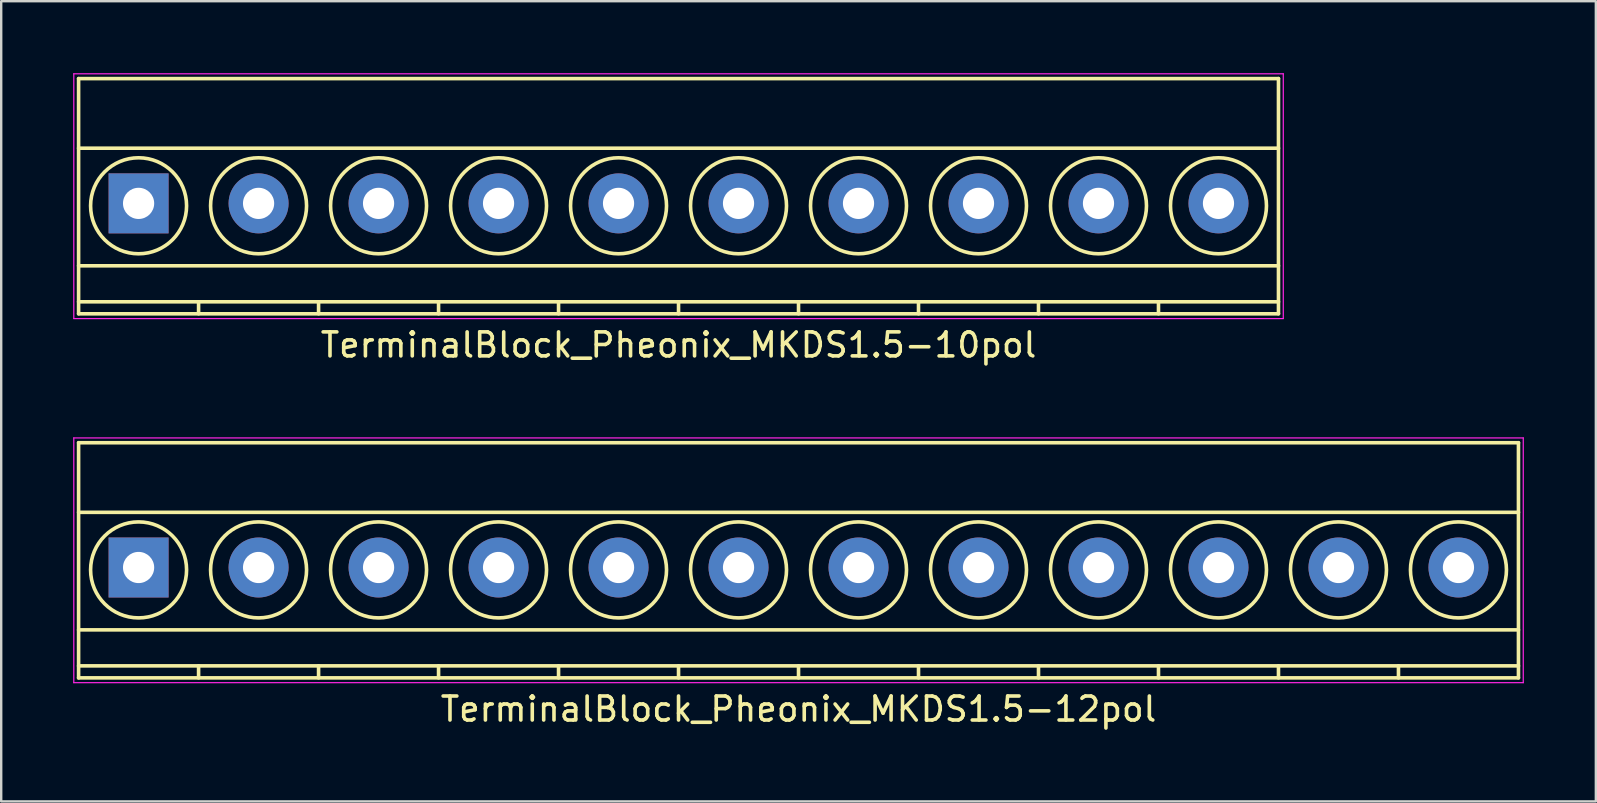
<source format=kicad_pcb>
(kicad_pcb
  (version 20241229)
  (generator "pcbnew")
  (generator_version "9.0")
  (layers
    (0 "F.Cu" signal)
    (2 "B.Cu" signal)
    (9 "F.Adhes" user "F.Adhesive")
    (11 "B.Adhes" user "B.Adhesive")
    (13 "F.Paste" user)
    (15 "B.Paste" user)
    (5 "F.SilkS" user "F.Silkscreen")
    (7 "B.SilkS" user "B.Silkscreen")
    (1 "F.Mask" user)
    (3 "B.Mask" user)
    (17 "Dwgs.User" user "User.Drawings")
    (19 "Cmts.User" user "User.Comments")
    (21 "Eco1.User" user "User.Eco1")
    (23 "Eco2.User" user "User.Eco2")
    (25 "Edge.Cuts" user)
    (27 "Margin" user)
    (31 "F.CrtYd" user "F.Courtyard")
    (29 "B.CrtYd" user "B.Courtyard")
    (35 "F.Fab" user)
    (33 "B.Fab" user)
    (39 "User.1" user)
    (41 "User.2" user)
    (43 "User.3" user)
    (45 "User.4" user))
  (footprint "TerminalBlock_Pheonix_MKDS1.5-12pol"
    (layer "F.Cu")
    (at 2.725 20.598)
    (property "Reference" "TerminalBlock_Pheonix_MKDS1.5-12pol" (at 27.5 5.9 0) (layer "F.SilkS") (effects (font (size 1 1) (thickness 0.15))))
    (attr through_hole)
    (fp_line (start -2.5 -5.2) (end -2.5 4.6) (stroke (width 0.15) (type solid)) (layer "F.SilkS"))
    (fp_line (start -2.5 -2.3) (end 57.5 -2.3) (stroke (width 0.15) (type solid)) (layer "F.SilkS"))
    (fp_line (start -2.5 2.6) (end 57.5 2.6) (stroke (width 0.15) (type solid)) (layer "F.SilkS"))
    (fp_line (start -2.5 4.1) (end 57.5 4.1) (stroke (width 0.15) (type solid)) (layer "F.SilkS"))
    (fp_line (start -2.5 4.6) (end 57.5 4.6) (stroke (width 0.15) (type solid)) (layer "F.SilkS"))
    (fp_line (start 2.5 4.1) (end 2.5 4.6) (stroke (width 0.15) (type solid)) (layer "F.SilkS"))
    (fp_line (start 7.5 4.1) (end 7.5 4.6) (stroke (width 0.15) (type solid)) (layer "F.SilkS"))
    (fp_line (start 12.5 4.1) (end 12.5 4.6) (stroke (width 0.15) (type solid)) (layer "F.SilkS"))
    (fp_line (start 17.5 4.1) (end 17.5 4.6) (stroke (width 0.15) (type solid)) (layer "F.SilkS"))
    (fp_line (start 22.5 4.1) (end 22.5 4.6) (stroke (width 0.15) (type solid)) (layer "F.SilkS"))
    (fp_line (start 27.5 4.1) (end 27.5 4.6) (stroke (width 0.15) (type solid)) (layer "F.SilkS"))
    (fp_line (start 32.5 4.1) (end 32.5 4.6) (stroke (width 0.15) (type solid)) (layer "F.SilkS"))
    (fp_line (start 37.5 4.1) (end 37.5 4.6) (stroke (width 0.15) (type solid)) (layer "F.SilkS"))
    (fp_line (start 42.5 4.1) (end 42.5 4.6) (stroke (width 0.15) (type solid)) (layer "F.SilkS"))
    (fp_line (start 47.5 4.1) (end 47.5 4.6) (stroke (width 0.15) (type solid)) (layer "F.SilkS"))
    (fp_line (start 52.5 4.1) (end 52.5 4.6) (stroke (width 0.15) (type solid)) (layer "F.SilkS"))
    (fp_line (start 57.5 -5.2) (end -2.5 -5.2) (stroke (width 0.15) (type solid)) (layer "F.SilkS"))
    (fp_line (start 57.5 4.6) (end 57.5 -5.2) (stroke (width 0.15) (type solid)) (layer "F.SilkS"))
    (fp_circle (center 0 0.1) (end 2 0.1) (stroke (width 0.15) (type solid)) (fill no) (layer "F.SilkS"))
    (fp_circle (center 5 0.1) (end 3 0.1) (stroke (width 0.15) (type solid)) (fill no) (layer "F.SilkS"))
    (fp_circle (center 10 0.1) (end 8 0.1) (stroke (width 0.15) (type solid)) (fill no) (layer "F.SilkS"))
    (fp_circle (center 15 0.1) (end 13 0.1) (stroke (width 0.15) (type solid)) (fill no) (layer "F.SilkS"))
    (fp_circle (center 20 0.1) (end 18 0.1) (stroke (width 0.15) (type solid)) (fill no) (layer "F.SilkS"))
    (fp_circle (center 25 0.1) (end 23 0.1) (stroke (width 0.15) (type solid)) (fill no) (layer "F.SilkS"))
    (fp_circle (center 30 0.1) (end 28 0.1) (stroke (width 0.15) (type solid)) (fill no) (layer "F.SilkS"))
    (fp_circle (center 35 0.1) (end 33 0.1) (stroke (width 0.15) (type solid)) (fill no) (layer "F.SilkS"))
    (fp_circle (center 40 0.1) (end 38 0.1) (stroke (width 0.15) (type solid)) (fill no) (layer "F.SilkS"))
    (fp_circle (center 45 0.1) (end 43 0.1) (stroke (width 0.15) (type solid)) (fill no) (layer "F.SilkS"))
    (fp_circle (center 50 0.1) (end 48 0.1) (stroke (width 0.15) (type solid)) (fill no) (layer "F.SilkS"))
    (fp_circle (center 55 0.1) (end 53 0.1) (stroke (width 0.15) (type solid)) (fill no) (layer "F.SilkS"))
    (fp_line (start -2.7 -5.4) (end 57.7 -5.4) (stroke (width 0.05) (type solid)) (layer "F.CrtYd"))
    (fp_line (start -2.7 4.8) (end -2.7 -5.4) (stroke (width 0.05) (type solid)) (layer "F.CrtYd"))
    (fp_line (start 57.7 -5.4) (end 57.7 4.8) (stroke (width 0.05) (type solid)) (layer "F.CrtYd"))
    (fp_line (start 57.7 4.8) (end -2.7 4.8) (stroke (width 0.05) (type solid)) (layer "F.CrtYd"))
    (pad "1" thru_hole rect (at 0 0) (size 2.5 2.5) (drill 1.3) (layers "*.Cu" "*.Mask"))
    (pad "2" thru_hole circle (at 5 0) (size 2.5 2.5) (drill 1.3) (layers "*.Cu" "*.Mask"))
    (pad "3" thru_hole circle (at 10 0) (size 2.5 2.5) (drill 1.3) (layers "*.Cu" "*.Mask"))
    (pad "4" thru_hole circle (at 15 0) (size 2.5 2.5) (drill 1.3) (layers "*.Cu" "*.Mask"))
    (pad "5" thru_hole circle (at 20 0) (size 2.5 2.5) (drill 1.3) (layers "*.Cu" "*.Mask"))
    (pad "6" thru_hole circle (at 25 0) (size 2.5 2.5) (drill 1.3) (layers "*.Cu" "*.Mask"))
    (pad "7" thru_hole circle (at 30 0) (size 2.5 2.5) (drill 1.3) (layers "*.Cu" "*.Mask"))
    (pad "8" thru_hole circle (at 35 0) (size 2.5 2.5) (drill 1.3) (layers "*.Cu" "*.Mask"))
    (pad "9" thru_hole circle (at 40 0) (size 2.5 2.5) (drill 1.3) (layers "*.Cu" "*.Mask"))
    (pad "10" thru_hole circle (at 45 0) (size 2.5 2.5) (drill 1.3) (layers "*.Cu" "*.Mask"))
    (pad "11" thru_hole circle (at 50 0) (size 2.5 2.5) (drill 1.3) (layers "*.Cu" "*.Mask"))
    (pad "12" thru_hole circle (at 55 0) (size 2.5 2.5) (drill 1.3) (layers "*.Cu" "*.Mask")))
  (footprint "TerminalBlock_Pheonix_MKDS1.5-10pol"
    (layer "F.Cu")
    (at 2.725 5.425)
    (property "Reference" "TerminalBlock_Pheonix_MKDS1.5-10pol" (at 22.5 5.9 0) (layer "F.SilkS") (effects (font (size 1 1) (thickness 0.15))))
    (attr through_hole)
    (fp_line (start -2.5 -5.2) (end -2.5 4.6) (stroke (width 0.15) (type solid)) (layer "F.SilkS"))
    (fp_line (start -2.5 -2.3) (end 47.5 -2.3) (stroke (width 0.15) (type solid)) (layer "F.SilkS"))
    (fp_line (start -2.5 2.6) (end 47.5 2.6) (stroke (width 0.15) (type solid)) (layer "F.SilkS"))
    (fp_line (start -2.5 4.1) (end 47.5 4.1) (stroke (width 0.15) (type solid)) (layer "F.SilkS"))
    (fp_line (start -2.5 4.6) (end 47.5 4.6) (stroke (width 0.15) (type solid)) (layer "F.SilkS"))
    (fp_line (start 2.5 4.1) (end 2.5 4.6) (stroke (width 0.15) (type solid)) (layer "F.SilkS"))
    (fp_line (start 7.5 4.1) (end 7.5 4.6) (stroke (width 0.15) (type solid)) (layer "F.SilkS"))
    (fp_line (start 12.5 4.1) (end 12.5 4.6) (stroke (width 0.15) (type solid)) (layer "F.SilkS"))
    (fp_line (start 17.5 4.1) (end 17.5 4.6) (stroke (width 0.15) (type solid)) (layer "F.SilkS"))
    (fp_line (start 22.5 4.1) (end 22.5 4.6) (stroke (width 0.15) (type solid)) (layer "F.SilkS"))
    (fp_line (start 27.5 4.1) (end 27.5 4.6) (stroke (width 0.15) (type solid)) (layer "F.SilkS"))
    (fp_line (start 32.5 4.1) (end 32.5 4.6) (stroke (width 0.15) (type solid)) (layer "F.SilkS"))
    (fp_line (start 37.5 4.1) (end 37.5 4.6) (stroke (width 0.15) (type solid)) (layer "F.SilkS"))
    (fp_line (start 42.5 4.1) (end 42.5 4.6) (stroke (width 0.15) (type solid)) (layer "F.SilkS"))
    (fp_line (start 47.5 -5.2) (end -2.5 -5.2) (stroke (width 0.15) (type solid)) (layer "F.SilkS"))
    (fp_line (start 47.5 4.6) (end 47.5 -5.2) (stroke (width 0.15) (type solid)) (layer "F.SilkS"))
    (fp_circle (center 0 0.1) (end 2 0.1) (stroke (width 0.15) (type solid)) (fill no) (layer "F.SilkS"))
    (fp_circle (center 5 0.1) (end 3 0.1) (stroke (width 0.15) (type solid)) (fill no) (layer "F.SilkS"))
    (fp_circle (center 10 0.1) (end 8 0.1) (stroke (width 0.15) (type solid)) (fill no) (layer "F.SilkS"))
    (fp_circle (center 15 0.1) (end 13 0.1) (stroke (width 0.15) (type solid)) (fill no) (layer "F.SilkS"))
    (fp_circle (center 20 0.1) (end 18 0.1) (stroke (width 0.15) (type solid)) (fill no) (layer "F.SilkS"))
    (fp_circle (center 25 0.1) (end 23 0.1) (stroke (width 0.15) (type solid)) (fill no) (layer "F.SilkS"))
    (fp_circle (center 30 0.1) (end 28 0.1) (stroke (width 0.15) (type solid)) (fill no) (layer "F.SilkS"))
    (fp_circle (center 35 0.1) (end 33 0.1) (stroke (width 0.15) (type solid)) (fill no) (layer "F.SilkS"))
    (fp_circle (center 40 0.1) (end 38 0.1) (stroke (width 0.15) (type solid)) (fill no) (layer "F.SilkS"))
    (fp_circle (center 45 0.1) (end 43 0.1) (stroke (width 0.15) (type solid)) (fill no) (layer "F.SilkS"))
    (fp_line (start -2.7 -5.4) (end -2.7 4.8) (stroke (width 0.05) (type solid)) (layer "F.CrtYd"))
    (fp_line (start -2.7 4.8) (end 47.7 4.8) (stroke (width 0.05) (type solid)) (layer "F.CrtYd"))
    (fp_line (start 47.7 -5.4) (end -2.7 -5.4) (stroke (width 0.05) (type solid)) (layer "F.CrtYd"))
    (fp_line (start 47.7 4.8) (end 47.7 -5.4) (stroke (width 0.05) (type solid)) (layer "F.CrtYd"))
    (pad "1" thru_hole rect (at 0 0) (size 2.5 2.5) (drill 1.3) (layers "*.Cu" "*.Mask"))
    (pad "2" thru_hole circle (at 5 0) (size 2.5 2.5) (drill 1.3) (layers "*.Cu" "*.Mask"))
    (pad "3" thru_hole circle (at 10 0) (size 2.5 2.5) (drill 1.3) (layers "*.Cu" "*.Mask"))
    (pad "4" thru_hole circle (at 15 0) (size 2.5 2.5) (drill 1.3) (layers "*.Cu" "*.Mask"))
    (pad "5" thru_hole circle (at 20 0) (size 2.5 2.5) (drill 1.3) (layers "*.Cu" "*.Mask"))
    (pad "6" thru_hole circle (at 25 0) (size 2.5 2.5) (drill 1.3) (layers "*.Cu" "*.Mask"))
    (pad "7" thru_hole circle (at 30 0) (size 2.5 2.5) (drill 1.3) (layers "*.Cu" "*.Mask"))
    (pad "8" thru_hole circle (at 35 0) (size 2.5 2.5) (drill 1.3) (layers "*.Cu" "*.Mask"))
    (pad "9" thru_hole circle (at 40 0) (size 2.5 2.5) (drill 1.3) (layers "*.Cu" "*.Mask"))
    (pad "10" thru_hole circle (at 45 0) (size 2.5 2.5) (drill 1.3) (layers "*.Cu" "*.Mask")))
  (gr_rect
    (start -3 -3)
    (end 63.45 30.346)
    (stroke (width 0.1) (type default))
    (fill no)
    (layer "Edge.Cuts")))
</source>
